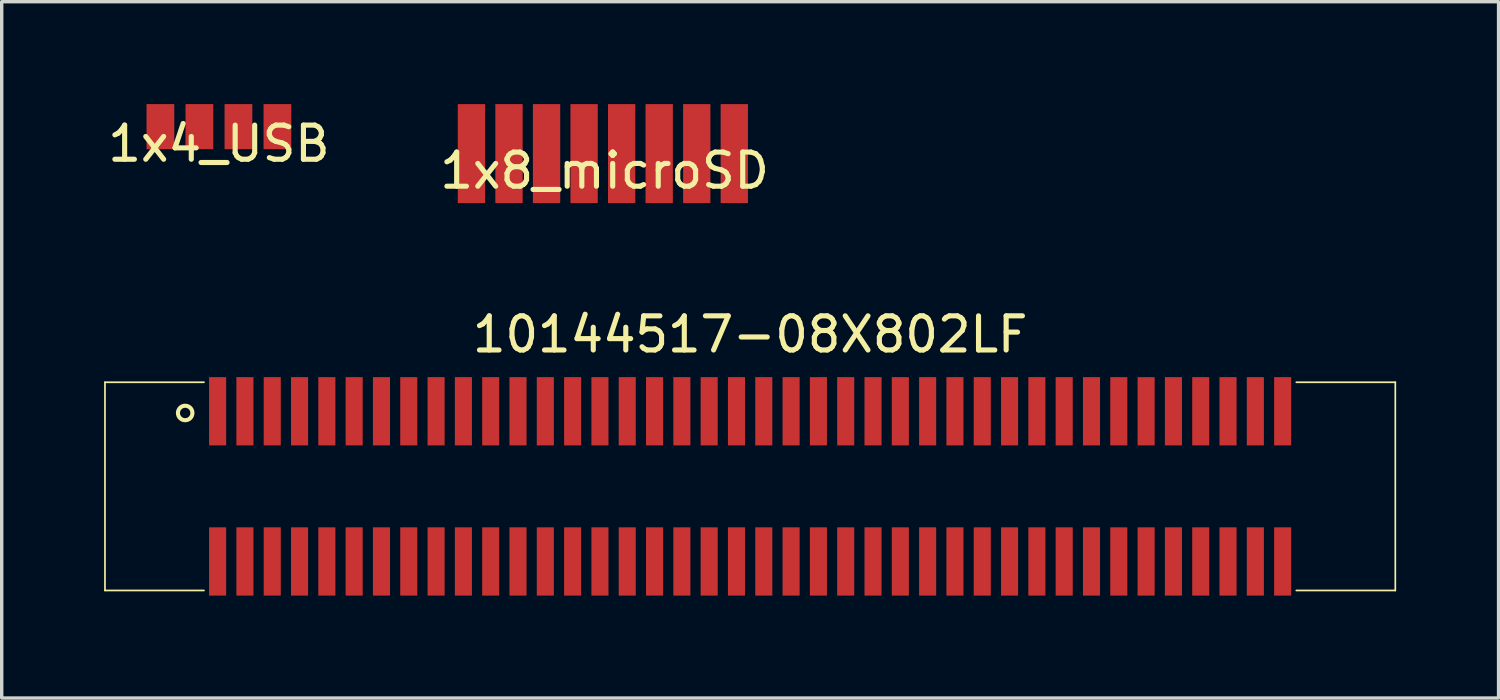
<source format=kicad_pcb>
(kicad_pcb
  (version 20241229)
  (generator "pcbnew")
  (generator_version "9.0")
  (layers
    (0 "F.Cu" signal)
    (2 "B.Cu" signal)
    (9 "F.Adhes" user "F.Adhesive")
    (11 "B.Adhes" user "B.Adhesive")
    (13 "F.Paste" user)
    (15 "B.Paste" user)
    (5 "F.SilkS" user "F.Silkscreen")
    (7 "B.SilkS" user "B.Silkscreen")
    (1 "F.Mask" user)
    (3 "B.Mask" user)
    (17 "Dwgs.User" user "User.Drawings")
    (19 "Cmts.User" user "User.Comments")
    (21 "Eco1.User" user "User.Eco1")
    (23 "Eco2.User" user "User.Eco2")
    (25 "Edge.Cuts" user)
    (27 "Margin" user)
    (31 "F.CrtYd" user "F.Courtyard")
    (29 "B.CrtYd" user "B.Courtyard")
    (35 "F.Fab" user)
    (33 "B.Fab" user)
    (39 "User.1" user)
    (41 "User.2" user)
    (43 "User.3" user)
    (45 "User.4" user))
  (footprint "10144517-08X802LF"
    (layer "F.Cu")
    (at 18.925 11.198)
    (property "Reference" "10144517-08X802LF" (at 0 -4.45 0) (layer "F.SilkS") (effects (font (size 1 1) (thickness 0.15))))
    (attr smd)
    (fp_line (start -18.9 -3.05) (end -16 -3.05) (stroke (width 0.05) (type solid)) (layer "F.SilkS"))
    (fp_line (start -18.9 3.05) (end -18.9 -3.05) (stroke (width 0.05) (type solid)) (layer "F.SilkS"))
    (fp_line (start -16 3.05) (end -18.9 3.05) (stroke (width 0.05) (type solid)) (layer "F.SilkS"))
    (fp_line (start 16 3.05) (end 18.9 3.05) (stroke (width 0.05) (type solid)) (layer "F.SilkS"))
    (fp_line (start 18.9 -3.05) (end 16 -3.05) (stroke (width 0.05) (type solid)) (layer "F.SilkS"))
    (fp_line (start 18.9 -3.05) (end 18.9 3.05) (stroke (width 0.05) (type solid)) (layer "F.SilkS"))
    (fp_circle (center -16.55 -2.15) (end -16.4 -2) (stroke (width 0.12) (type solid)) (fill no) (layer "F.SilkS"))
    (pad "1" smd rect (at -15.6 -2.2) (size 0.5 2) (layers "F.Cu" "F.Mask" "F.Paste"))
    (pad "2" smd rect (at -15.6 2.2) (size 0.5 2) (layers "F.Cu" "F.Mask" "F.Paste"))
    (pad "3" smd rect (at -14.8 -2.2) (size 0.5 2) (layers "F.Cu" "F.Mask" "F.Paste"))
    (pad "4" smd rect (at -14.8 2.2) (size 0.5 2) (layers "F.Cu" "F.Mask" "F.Paste"))
    (pad "5" smd rect (at -14 -2.2) (size 0.5 2) (layers "F.Cu" "F.Mask" "F.Paste"))
    (pad "6" smd rect (at -14 2.2) (size 0.5 2) (layers "F.Cu" "F.Mask" "F.Paste"))
    (pad "7" smd rect (at -13.2 -2.2) (size 0.5 2) (layers "F.Cu" "F.Mask" "F.Paste"))
    (pad "8" smd rect (at -13.2 2.2) (size 0.5 2) (layers "F.Cu" "F.Mask" "F.Paste"))
    (pad "9" smd rect (at -12.4 -2.2) (size 0.5 2) (layers "F.Cu" "F.Mask" "F.Paste"))
    (pad "10" smd rect (at -12.4 2.2) (size 0.5 2) (layers "F.Cu" "F.Mask" "F.Paste"))
    (pad "11" smd rect (at -11.6 -2.2) (size 0.5 2) (layers "F.Cu" "F.Mask" "F.Paste"))
    (pad "12" smd rect (at -11.6 2.2) (size 0.5 2) (layers "F.Cu" "F.Mask" "F.Paste"))
    (pad "13" smd rect (at -10.8 -2.2) (size 0.5 2) (layers "F.Cu" "F.Mask" "F.Paste"))
    (pad "14" smd rect (at -10.8 2.2) (size 0.5 2) (layers "F.Cu" "F.Mask" "F.Paste"))
    (pad "15" smd rect (at -10 -2.2) (size 0.5 2) (layers "F.Cu" "F.Mask" "F.Paste"))
    (pad "16" smd rect (at -10 2.2) (size 0.5 2) (layers "F.Cu" "F.Mask" "F.Paste"))
    (pad "17" smd rect (at -9.2 -2.2) (size 0.5 2) (layers "F.Cu" "F.Mask" "F.Paste"))
    (pad "18" smd rect (at -9.2 2.2) (size 0.5 2) (layers "F.Cu" "F.Mask" "F.Paste"))
    (pad "19" smd rect (at -8.4 -2.2) (size 0.5 2) (layers "F.Cu" "F.Mask" "F.Paste"))
    (pad "20" smd rect (at -8.4 2.2) (size 0.5 2) (layers "F.Cu" "F.Mask" "F.Paste"))
    (pad "21" smd rect (at -7.6 -2.2) (size 0.5 2) (layers "F.Cu" "F.Mask" "F.Paste"))
    (pad "22" smd rect (at -7.6 2.2) (size 0.5 2) (layers "F.Cu" "F.Mask" "F.Paste"))
    (pad "23" smd rect (at -6.8 -2.2) (size 0.5 2) (layers "F.Cu" "F.Mask" "F.Paste"))
    (pad "24" smd rect (at -6.8 2.2) (size 0.5 2) (layers "F.Cu" "F.Mask" "F.Paste"))
    (pad "25" smd rect (at -6 -2.2) (size 0.5 2) (layers "F.Cu" "F.Mask" "F.Paste"))
    (pad "26" smd rect (at -6 2.2) (size 0.5 2) (layers "F.Cu" "F.Mask" "F.Paste"))
    (pad "27" smd rect (at -5.2 -2.2) (size 0.5 2) (layers "F.Cu" "F.Mask" "F.Paste"))
    (pad "28" smd rect (at -5.2 2.2) (size 0.5 2) (layers "F.Cu" "F.Mask" "F.Paste"))
    (pad "29" smd rect (at -4.4 -2.2) (size 0.5 2) (layers "F.Cu" "F.Mask" "F.Paste"))
    (pad "30" smd rect (at -4.4 2.2) (size 0.5 2) (layers "F.Cu" "F.Mask" "F.Paste"))
    (pad "31" smd rect (at -3.6 -2.2) (size 0.5 2) (layers "F.Cu" "F.Mask" "F.Paste"))
    (pad "32" smd rect (at -3.6 2.2) (size 0.5 2) (layers "F.Cu" "F.Mask" "F.Paste"))
    (pad "33" smd rect (at -2.8 -2.2) (size 0.5 2) (layers "F.Cu" "F.Mask" "F.Paste"))
    (pad "34" smd rect (at -2.8 2.2) (size 0.5 2) (layers "F.Cu" "F.Mask" "F.Paste"))
    (pad "35" smd rect (at -2 -2.2) (size 0.5 2) (layers "F.Cu" "F.Mask" "F.Paste"))
    (pad "36" smd rect (at -2 2.2) (size 0.5 2) (layers "F.Cu" "F.Mask" "F.Paste"))
    (pad "37" smd rect (at -1.2 -2.2) (size 0.5 2) (layers "F.Cu" "F.Mask" "F.Paste"))
    (pad "38" smd rect (at -1.2 2.2) (size 0.5 2) (layers "F.Cu" "F.Mask" "F.Paste"))
    (pad "39" smd rect (at -0.4 -2.2) (size 0.5 2) (layers "F.Cu" "F.Mask" "F.Paste"))
    (pad "40" smd rect (at -0.4 2.2) (size 0.5 2) (layers "F.Cu" "F.Mask" "F.Paste"))
    (pad "41" smd rect (at 0.4 -2.2) (size 0.5 2) (layers "F.Cu" "F.Mask" "F.Paste"))
    (pad "42" smd rect (at 0.4 2.2) (size 0.5 2) (layers "F.Cu" "F.Mask" "F.Paste"))
    (pad "43" smd rect (at 1.2 -2.2) (size 0.5 2) (layers "F.Cu" "F.Mask" "F.Paste"))
    (pad "44" smd rect (at 1.2 2.2) (size 0.5 2) (layers "F.Cu" "F.Mask" "F.Paste"))
    (pad "45" smd rect (at 2 -2.2) (size 0.5 2) (layers "F.Cu" "F.Mask" "F.Paste"))
    (pad "46" smd rect (at 2 2.2) (size 0.5 2) (layers "F.Cu" "F.Mask" "F.Paste"))
    (pad "47" smd rect (at 2.8 -2.2) (size 0.5 2) (layers "F.Cu" "F.Mask" "F.Paste"))
    (pad "48" smd rect (at 2.8 2.2) (size 0.5 2) (layers "F.Cu" "F.Mask" "F.Paste"))
    (pad "49" smd rect (at 3.6 -2.2) (size 0.5 2) (layers "F.Cu" "F.Mask" "F.Paste"))
    (pad "50" smd rect (at 3.6 2.2) (size 0.5 2) (layers "F.Cu" "F.Mask" "F.Paste"))
    (pad "51" smd rect (at 4.4 -2.2) (size 0.5 2) (layers "F.Cu" "F.Mask" "F.Paste"))
    (pad "52" smd rect (at 4.4 2.2) (size 0.5 2) (layers "F.Cu" "F.Mask" "F.Paste"))
    (pad "53" smd rect (at 5.2 -2.2) (size 0.5 2) (layers "F.Cu" "F.Mask" "F.Paste"))
    (pad "54" smd rect (at 5.2 2.2) (size 0.5 2) (layers "F.Cu" "F.Mask" "F.Paste"))
    (pad "55" smd rect (at 6 -2.2) (size 0.5 2) (layers "F.Cu" "F.Mask" "F.Paste"))
    (pad "56" smd rect (at 6 2.2) (size 0.5 2) (layers "F.Cu" "F.Mask" "F.Paste"))
    (pad "57" smd rect (at 6.8 -2.2) (size 0.5 2) (layers "F.Cu" "F.Mask" "F.Paste"))
    (pad "58" smd rect (at 6.8 2.2) (size 0.5 2) (layers "F.Cu" "F.Mask" "F.Paste"))
    (pad "59" smd rect (at 7.6 -2.2) (size 0.5 2) (layers "F.Cu" "F.Mask" "F.Paste"))
    (pad "60" smd rect (at 7.6 2.2) (size 0.5 2) (layers "F.Cu" "F.Mask" "F.Paste"))
    (pad "61" smd rect (at 8.4 -2.2) (size 0.5 2) (layers "F.Cu" "F.Mask" "F.Paste"))
    (pad "62" smd rect (at 8.4 2.2) (size 0.5 2) (layers "F.Cu" "F.Mask" "F.Paste"))
    (pad "63" smd rect (at 9.2 -2.2) (size 0.5 2) (layers "F.Cu" "F.Mask" "F.Paste"))
    (pad "64" smd rect (at 9.2 2.2) (size 0.5 2) (layers "F.Cu" "F.Mask" "F.Paste"))
    (pad "65" smd rect (at 10 -2.2) (size 0.5 2) (layers "F.Cu" "F.Mask" "F.Paste"))
    (pad "66" smd rect (at 10 2.2) (size 0.5 2) (layers "F.Cu" "F.Mask" "F.Paste"))
    (pad "67" smd rect (at 10.8 -2.2) (size 0.5 2) (layers "F.Cu" "F.Mask" "F.Paste"))
    (pad "68" smd rect (at 10.8 2.2) (size 0.5 2) (layers "F.Cu" "F.Mask" "F.Paste"))
    (pad "69" smd rect (at 11.6 -2.2) (size 0.5 2) (layers "F.Cu" "F.Mask" "F.Paste"))
    (pad "70" smd rect (at 11.6 2.2) (size 0.5 2) (layers "F.Cu" "F.Mask" "F.Paste"))
    (pad "71" smd rect (at 12.4 -2.2) (size 0.5 2) (layers "F.Cu" "F.Mask" "F.Paste"))
    (pad "72" smd rect (at 12.4 2.2) (size 0.5 2) (layers "F.Cu" "F.Mask" "F.Paste"))
    (pad "73" smd rect (at 13.2 -2.2) (size 0.5 2) (layers "F.Cu" "F.Mask" "F.Paste"))
    (pad "74" smd rect (at 13.2 2.2) (size 0.5 2) (layers "F.Cu" "F.Mask" "F.Paste"))
    (pad "75" smd rect (at 14 -2.2) (size 0.5 2) (layers "F.Cu" "F.Mask" "F.Paste"))
    (pad "76" smd rect (at 14 2.2) (size 0.5 2) (layers "F.Cu" "F.Mask" "F.Paste"))
    (pad "77" smd rect (at 14.8 -2.2) (size 0.5 2) (layers "F.Cu" "F.Mask" "F.Paste"))
    (pad "78" smd rect (at 14.8 2.2) (size 0.5 2) (layers "F.Cu" "F.Mask" "F.Paste"))
    (pad "79" smd rect (at 15.6 -2.2) (size 0.5 2) (layers "F.Cu" "F.Mask" "F.Paste"))
    (pad "80" smd rect (at 15.6 2.2) (size 0.5 2) (layers "F.Cu" "F.Mask" "F.Paste")))
  (footprint "1x4_USB"
    (layer "F.Cu")
    (at 3.363 0.66)
    (property "Reference" "1x4_USB" (at 0 0.5 0) (layer "F.SilkS") (effects (font (size 1 1) (thickness 0.15))))
    (attr smd)
    (pad "1" smd rect (at -1.714 0) (size 0.813 1.321) (layers "F.Cu" "F.Mask" "F.Paste"))
    (pad "2" smd rect (at -0.572 0) (size 0.813 1.321) (layers "F.Cu" "F.Mask" "F.Paste"))
    (pad "3" smd rect (at 0.572 0) (size 0.813 1.321) (layers "F.Cu" "F.Mask" "F.Paste"))
    (pad "4" smd rect (at 1.714 0) (size 0.813 1.321) (layers "F.Cu" "F.Mask" "F.Paste")))
  (footprint "1x8_microSD"
    (layer "F.Cu")
    (at 14.661 1.45)
    (property "Reference" "1x8_microSD" (at 0 0.5 0) (layer "F.SilkS") (effects (font (size 1 1) (thickness 0.15))))
    (attr smd)
    (pad "1" smd rect (at -3.9 0) (size 0.8 2.9) (layers "F.Cu" "F.Mask" "F.Paste"))
    (pad "2" smd rect (at -2.8 0) (size 0.8 2.9) (layers "F.Cu" "F.Mask" "F.Paste"))
    (pad "3" smd rect (at -1.7 0) (size 0.8 2.9) (layers "F.Cu" "F.Mask" "F.Paste"))
    (pad "4" smd rect (at -0.6 0) (size 0.8 2.9) (layers "F.Cu" "F.Mask" "F.Paste"))
    (pad "5" smd rect (at 0.5 0) (size 0.8 2.9) (layers "F.Cu" "F.Mask" "F.Paste"))
    (pad "6" smd rect (at 1.6 0) (size 0.8 2.9) (layers "F.Cu" "F.Mask" "F.Paste"))
    (pad "7" smd rect (at 2.7 0) (size 0.8 2.9) (layers "F.Cu" "F.Mask" "F.Paste"))
    (pad "8" smd rect (at 3.8 0) (size 0.8 2.9) (layers "F.Cu" "F.Mask" "F.Paste")))
  (gr_rect
    (start -3 -3)
    (end 40.85 17.398)
    (stroke (width 0.1) (type default))
    (fill no)
    (layer "Edge.Cuts")))
</source>
